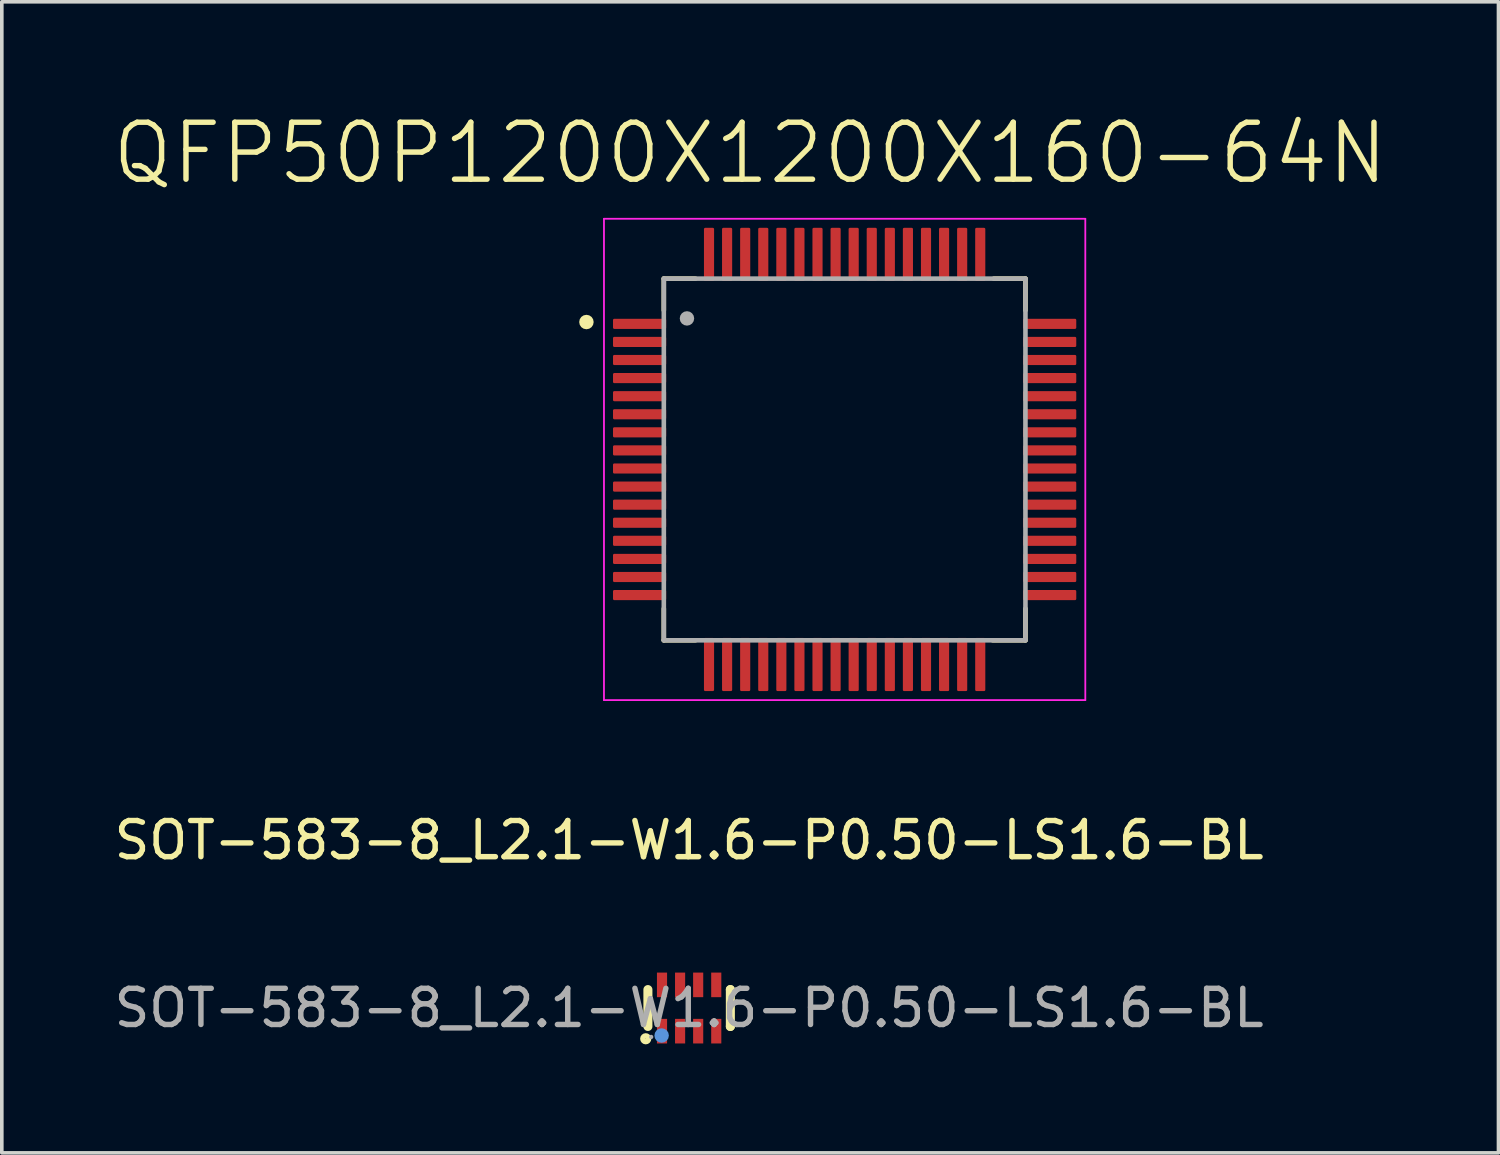
<source format=kicad_pcb>
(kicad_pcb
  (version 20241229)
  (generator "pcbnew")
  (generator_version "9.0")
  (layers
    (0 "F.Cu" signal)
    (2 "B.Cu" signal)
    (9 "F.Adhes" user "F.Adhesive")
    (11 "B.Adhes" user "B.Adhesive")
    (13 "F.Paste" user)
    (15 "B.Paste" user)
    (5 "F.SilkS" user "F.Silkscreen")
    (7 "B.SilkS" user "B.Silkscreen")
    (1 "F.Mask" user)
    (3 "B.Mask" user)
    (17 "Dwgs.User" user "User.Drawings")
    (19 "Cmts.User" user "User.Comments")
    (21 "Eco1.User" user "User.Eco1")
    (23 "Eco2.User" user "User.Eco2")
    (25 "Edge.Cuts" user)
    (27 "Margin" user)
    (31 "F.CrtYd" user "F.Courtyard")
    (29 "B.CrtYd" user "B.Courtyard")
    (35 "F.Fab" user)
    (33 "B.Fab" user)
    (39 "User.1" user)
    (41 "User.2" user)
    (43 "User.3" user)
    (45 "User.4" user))
  (footprint "QFP50P1200X1200X160-64N"
    (layer "F.Cu")
    (at 20.306 9.655)
    (property "Reference" "QFP50P1200X1200X160-64N" (at -2.613 -8.471 0) (layer "F.SilkS") (effects (font (size 1.575 1.575) (thickness 0.15))))
    (attr smd)
    (fp_line (start -5 -5) (end -5 -4.125) (stroke (width 0.127) (type solid)) (layer "F.SilkS"))
    (fp_line (start -5 -5) (end -4.125 -5) (stroke (width 0.127) (type solid)) (layer "F.SilkS"))
    (fp_line (start -5 5) (end -5 4.125) (stroke (width 0.127) (type solid)) (layer "F.SilkS"))
    (fp_line (start -5 5) (end -4.125 5) (stroke (width 0.127) (type solid)) (layer "F.SilkS"))
    (fp_line (start 5 -5) (end 4.125 -5) (stroke (width 0.127) (type solid)) (layer "F.SilkS"))
    (fp_line (start 5 -5) (end 5 -4.125) (stroke (width 0.127) (type solid)) (layer "F.SilkS"))
    (fp_line (start 5 5) (end 4.093 5) (stroke (width 0.127) (type solid)) (layer "F.SilkS"))
    (fp_line (start 5 5) (end 5 4.125) (stroke (width 0.127) (type solid)) (layer "F.SilkS"))
    (fp_circle (center -7.14 -3.8) (end -7.04 -3.8) (stroke (width 0.2) (type solid)) (fill no) (layer "F.SilkS"))
    (fp_line (start -6.655 -6.655) (end 6.655 -6.655) (stroke (width 0.05) (type solid)) (layer "F.CrtYd"))
    (fp_line (start -6.655 6.655) (end -6.655 -6.655) (stroke (width 0.05) (type solid)) (layer "F.CrtYd"))
    (fp_line (start -6.655 6.655) (end 6.655 6.655) (stroke (width 0.05) (type solid)) (layer "F.CrtYd"))
    (fp_line (start 6.655 6.655) (end 6.655 -6.655) (stroke (width 0.05) (type solid)) (layer "F.CrtYd"))
    (fp_line (start -5 -5) (end 5 -5) (stroke (width 0.127) (type solid)) (layer "F.Fab"))
    (fp_line (start -5 5) (end -5 -5) (stroke (width 0.127) (type solid)) (layer "F.Fab"))
    (fp_line (start -5 5) (end 5 5) (stroke (width 0.127) (type solid)) (layer "F.Fab"))
    (fp_line (start 5 5) (end 5 -5) (stroke (width 0.127) (type solid)) (layer "F.Fab"))
    (fp_circle (center -4.36 -3.9) (end -4.26 -3.9) (stroke (width 0.2) (type solid)) (fill no) (layer "F.Fab"))
    (pad "1" smd roundrect (at -5.67 -3.75) (size 1.47 0.28) (layers "F.Cu" "F.Mask" "F.Paste") (roundrect_rratio 0.125))
    (pad "2" smd roundrect (at -5.67 -3.25) (size 1.47 0.28) (layers "F.Cu" "F.Mask" "F.Paste") (roundrect_rratio 0.125))
    (pad "3" smd roundrect (at -5.67 -2.75) (size 1.47 0.28) (layers "F.Cu" "F.Mask" "F.Paste") (roundrect_rratio 0.125))
    (pad "4" smd roundrect (at -5.67 -2.25) (size 1.47 0.28) (layers "F.Cu" "F.Mask" "F.Paste") (roundrect_rratio 0.125))
    (pad "5" smd roundrect (at -5.67 -1.75) (size 1.47 0.28) (layers "F.Cu" "F.Mask" "F.Paste") (roundrect_rratio 0.125))
    (pad "6" smd roundrect (at -5.67 -1.25) (size 1.47 0.28) (layers "F.Cu" "F.Mask" "F.Paste") (roundrect_rratio 0.125))
    (pad "7" smd roundrect (at -5.67 -0.75) (size 1.47 0.28) (layers "F.Cu" "F.Mask" "F.Paste") (roundrect_rratio 0.125))
    (pad "8" smd roundrect (at -5.67 -0.25) (size 1.47 0.28) (layers "F.Cu" "F.Mask" "F.Paste") (roundrect_rratio 0.125))
    (pad "9" smd roundrect (at -5.67 0.25) (size 1.47 0.28) (layers "F.Cu" "F.Mask" "F.Paste") (roundrect_rratio 0.125))
    (pad "10" smd roundrect (at -5.67 0.75) (size 1.47 0.28) (layers "F.Cu" "F.Mask" "F.Paste") (roundrect_rratio 0.125))
    (pad "11" smd roundrect (at -5.67 1.25) (size 1.47 0.28) (layers "F.Cu" "F.Mask" "F.Paste") (roundrect_rratio 0.125))
    (pad "12" smd roundrect (at -5.67 1.75) (size 1.47 0.28) (layers "F.Cu" "F.Mask" "F.Paste") (roundrect_rratio 0.125))
    (pad "13" smd roundrect (at -5.67 2.25) (size 1.47 0.28) (layers "F.Cu" "F.Mask" "F.Paste") (roundrect_rratio 0.125))
    (pad "14" smd roundrect (at -5.67 2.75) (size 1.47 0.28) (layers "F.Cu" "F.Mask" "F.Paste") (roundrect_rratio 0.125))
    (pad "15" smd roundrect (at -5.67 3.25) (size 1.47 0.28) (layers "F.Cu" "F.Mask" "F.Paste") (roundrect_rratio 0.125))
    (pad "16" smd roundrect (at -5.67 3.75) (size 1.47 0.28) (layers "F.Cu" "F.Mask" "F.Paste") (roundrect_rratio 0.125))
    (pad "17" smd roundrect (at -3.75 5.67) (size 0.28 1.47) (layers "F.Cu" "F.Mask" "F.Paste") (roundrect_rratio 0.125))
    (pad "18" smd roundrect (at -3.25 5.67) (size 0.28 1.47) (layers "F.Cu" "F.Mask" "F.Paste") (roundrect_rratio 0.125))
    (pad "19" smd roundrect (at -2.75 5.67) (size 0.28 1.47) (layers "F.Cu" "F.Mask" "F.Paste") (roundrect_rratio 0.125))
    (pad "20" smd roundrect (at -2.25 5.67) (size 0.28 1.47) (layers "F.Cu" "F.Mask" "F.Paste") (roundrect_rratio 0.125))
    (pad "21" smd roundrect (at -1.75 5.67) (size 0.28 1.47) (layers "F.Cu" "F.Mask" "F.Paste") (roundrect_rratio 0.125))
    (pad "22" smd roundrect (at -1.25 5.67) (size 0.28 1.47) (layers "F.Cu" "F.Mask" "F.Paste") (roundrect_rratio 0.125))
    (pad "23" smd roundrect (at -0.75 5.67) (size 0.28 1.47) (layers "F.Cu" "F.Mask" "F.Paste") (roundrect_rratio 0.125))
    (pad "24" smd roundrect (at -0.25 5.67) (size 0.28 1.47) (layers "F.Cu" "F.Mask" "F.Paste") (roundrect_rratio 0.125))
    (pad "25" smd roundrect (at 0.25 5.67) (size 0.28 1.47) (layers "F.Cu" "F.Mask" "F.Paste") (roundrect_rratio 0.125))
    (pad "26" smd roundrect (at 0.75 5.67) (size 0.28 1.47) (layers "F.Cu" "F.Mask" "F.Paste") (roundrect_rratio 0.125))
    (pad "27" smd roundrect (at 1.25 5.67) (size 0.28 1.47) (layers "F.Cu" "F.Mask" "F.Paste") (roundrect_rratio 0.125))
    (pad "28" smd roundrect (at 1.75 5.67) (size 0.28 1.47) (layers "F.Cu" "F.Mask" "F.Paste") (roundrect_rratio 0.125))
    (pad "29" smd roundrect (at 2.25 5.67) (size 0.28 1.47) (layers "F.Cu" "F.Mask" "F.Paste") (roundrect_rratio 0.125))
    (pad "30" smd roundrect (at 2.75 5.67) (size 0.28 1.47) (layers "F.Cu" "F.Mask" "F.Paste") (roundrect_rratio 0.125))
    (pad "31" smd roundrect (at 3.25 5.67) (size 0.28 1.47) (layers "F.Cu" "F.Mask" "F.Paste") (roundrect_rratio 0.125))
    (pad "32" smd roundrect (at 3.75 5.67) (size 0.28 1.47) (layers "F.Cu" "F.Mask" "F.Paste") (roundrect_rratio 0.125))
    (pad "33" smd roundrect (at 5.67 3.75) (size 1.47 0.28) (layers "F.Cu" "F.Mask" "F.Paste") (roundrect_rratio 0.125))
    (pad "34" smd roundrect (at 5.67 3.25) (size 1.47 0.28) (layers "F.Cu" "F.Mask" "F.Paste") (roundrect_rratio 0.125))
    (pad "35" smd roundrect (at 5.67 2.75) (size 1.47 0.28) (layers "F.Cu" "F.Mask" "F.Paste") (roundrect_rratio 0.125))
    (pad "36" smd roundrect (at 5.67 2.25) (size 1.47 0.28) (layers "F.Cu" "F.Mask" "F.Paste") (roundrect_rratio 0.125))
    (pad "37" smd roundrect (at 5.67 1.75) (size 1.47 0.28) (layers "F.Cu" "F.Mask" "F.Paste") (roundrect_rratio 0.125))
    (pad "38" smd roundrect (at 5.67 1.25) (size 1.47 0.28) (layers "F.Cu" "F.Mask" "F.Paste") (roundrect_rratio 0.125))
    (pad "39" smd roundrect (at 5.67 0.75) (size 1.47 0.28) (layers "F.Cu" "F.Mask" "F.Paste") (roundrect_rratio 0.125))
    (pad "40" smd roundrect (at 5.67 0.25) (size 1.47 0.28) (layers "F.Cu" "F.Mask" "F.Paste") (roundrect_rratio 0.125))
    (pad "41" smd roundrect (at 5.67 -0.25) (size 1.47 0.28) (layers "F.Cu" "F.Mask" "F.Paste") (roundrect_rratio 0.125))
    (pad "42" smd roundrect (at 5.67 -0.75) (size 1.47 0.28) (layers "F.Cu" "F.Mask" "F.Paste") (roundrect_rratio 0.125))
    (pad "43" smd roundrect (at 5.67 -1.25) (size 1.47 0.28) (layers "F.Cu" "F.Mask" "F.Paste") (roundrect_rratio 0.125))
    (pad "44" smd roundrect (at 5.67 -1.75) (size 1.47 0.28) (layers "F.Cu" "F.Mask" "F.Paste") (roundrect_rratio 0.125))
    (pad "45" smd roundrect (at 5.67 -2.25) (size 1.47 0.28) (layers "F.Cu" "F.Mask" "F.Paste") (roundrect_rratio 0.125))
    (pad "46" smd roundrect (at 5.67 -2.75) (size 1.47 0.28) (layers "F.Cu" "F.Mask" "F.Paste") (roundrect_rratio 0.125))
    (pad "47" smd roundrect (at 5.67 -3.25) (size 1.47 0.28) (layers "F.Cu" "F.Mask" "F.Paste") (roundrect_rratio 0.125))
    (pad "48" smd roundrect (at 5.67 -3.75) (size 1.47 0.28) (layers "F.Cu" "F.Mask" "F.Paste") (roundrect_rratio 0.125))
    (pad "49" smd roundrect (at 3.75 -5.67) (size 0.28 1.47) (layers "F.Cu" "F.Mask" "F.Paste") (roundrect_rratio 0.125))
    (pad "50" smd roundrect (at 3.25 -5.67) (size 0.28 1.47) (layers "F.Cu" "F.Mask" "F.Paste") (roundrect_rratio 0.125))
    (pad "51" smd roundrect (at 2.75 -5.67) (size 0.28 1.47) (layers "F.Cu" "F.Mask" "F.Paste") (roundrect_rratio 0.125))
    (pad "52" smd roundrect (at 2.25 -5.67) (size 0.28 1.47) (layers "F.Cu" "F.Mask" "F.Paste") (roundrect_rratio 0.125))
    (pad "53" smd roundrect (at 1.75 -5.67) (size 0.28 1.47) (layers "F.Cu" "F.Mask" "F.Paste") (roundrect_rratio 0.125))
    (pad "54" smd roundrect (at 1.25 -5.67) (size 0.28 1.47) (layers "F.Cu" "F.Mask" "F.Paste") (roundrect_rratio 0.125))
    (pad "55" smd roundrect (at 0.75 -5.67) (size 0.28 1.47) (layers "F.Cu" "F.Mask" "F.Paste") (roundrect_rratio 0.125))
    (pad "56" smd roundrect (at 0.25 -5.67) (size 0.28 1.47) (layers "F.Cu" "F.Mask" "F.Paste") (roundrect_rratio 0.125))
    (pad "57" smd roundrect (at -0.25 -5.67) (size 0.28 1.47) (layers "F.Cu" "F.Mask" "F.Paste") (roundrect_rratio 0.125))
    (pad "58" smd roundrect (at -0.75 -5.67) (size 0.28 1.47) (layers "F.Cu" "F.Mask" "F.Paste") (roundrect_rratio 0.125))
    (pad "59" smd roundrect (at -1.25 -5.67) (size 0.28 1.47) (layers "F.Cu" "F.Mask" "F.Paste") (roundrect_rratio 0.125))
    (pad "60" smd roundrect (at -1.75 -5.67) (size 0.28 1.47) (layers "F.Cu" "F.Mask" "F.Paste") (roundrect_rratio 0.125))
    (pad "61" smd roundrect (at -2.25 -5.67) (size 0.28 1.47) (layers "F.Cu" "F.Mask" "F.Paste") (roundrect_rratio 0.125))
    (pad "62" smd roundrect (at -2.75 -5.67) (size 0.28 1.47) (layers "F.Cu" "F.Mask" "F.Paste") (roundrect_rratio 0.125))
    (pad "63" smd roundrect (at -3.25 -5.67) (size 0.28 1.47) (layers "F.Cu" "F.Mask" "F.Paste") (roundrect_rratio 0.125))
    (pad "64" smd roundrect (at -3.75 -5.67) (size 0.28 1.47) (layers "F.Cu" "F.Mask" "F.Paste") (roundrect_rratio 0.125)))
  (footprint "SOT-583-8_L2.1-W1.6-P0.50-LS1.6-BL"
    (layer "F.Cu")
    (at 16.006 24.824)
    (property "Reference" "SOT-583-8_L2.1-W1.6-P0.50-LS1.6-BL" (at 0 -4.64 0) (layer "F.SilkS") (effects (font (size 1 1) (thickness 0.15))))
    (attr through_hole)
    (fp_line (start -1.14 -0.51) (end -1.14 0.51) (stroke (width 0.25) (type solid)) (layer "F.SilkS"))
    (fp_line (start 1.14 -0.51) (end 1.14 -0.51) (stroke (width 0.25) (type solid)) (layer "F.SilkS"))
    (fp_line (start 1.14 0.51) (end 1.14 -0.51) (stroke (width 0.25) (type solid)) (layer "F.SilkS"))
    (fp_line (start 1.14 0.51) (end 1.14 0.51) (stroke (width 0.25) (type solid)) (layer "F.SilkS"))
    (fp_circle (center -1.2 0.85) (end -1.12 0.85) (stroke (width 0.15) (type solid)) (fill no) (layer "F.SilkS"))
    (fp_circle (center -0.76 0.76) (end -0.66 0.76) (stroke (width 0.2) (type solid)) (fill no) (layer "Cmts.User"))
    (fp_circle (center -1.05 0.8) (end -1.02 0.8) (stroke (width 0.06) (type solid)) (fill no) (layer "F.Fab"))
    (fp_text user "${REFERENCE}" (at 0 0 0) (layer "F.Fab") (effects (font (size 1 1) (thickness 0.15))))
    (pad "1" smd rect (at -0.75 0.64) (size 0.28 0.68) (layers "F.Cu" "F.Mask" "F.Paste"))
    (pad "2" smd rect (at -0.25 0.64) (size 0.28 0.68) (layers "F.Cu" "F.Mask" "F.Paste"))
    (pad "3" smd rect (at 0.25 0.64) (size 0.28 0.68) (layers "F.Cu" "F.Mask" "F.Paste"))
    (pad "4" smd rect (at 0.75 0.64) (size 0.28 0.68) (layers "F.Cu" "F.Mask" "F.Paste"))
    (pad "5" smd rect (at 0.75 -0.64) (size 0.28 0.68) (layers "F.Cu" "F.Mask" "F.Paste"))
    (pad "6" smd rect (at 0.25 -0.64) (size 0.28 0.68) (layers "F.Cu" "F.Mask" "F.Paste"))
    (pad "7" smd rect (at -0.25 -0.64) (size 0.28 0.68) (layers "F.Cu" "F.Mask" "F.Paste"))
    (pad "8" smd rect (at -0.75 -0.64) (size 0.28 0.68) (layers "F.Cu" "F.Mask" "F.Paste")))
  (gr_rect
    (start -3 -3)
    (end 38.386 28.829)
    (stroke (width 0.1) (type default))
    (fill no)
    (layer "Edge.Cuts")))
</source>
